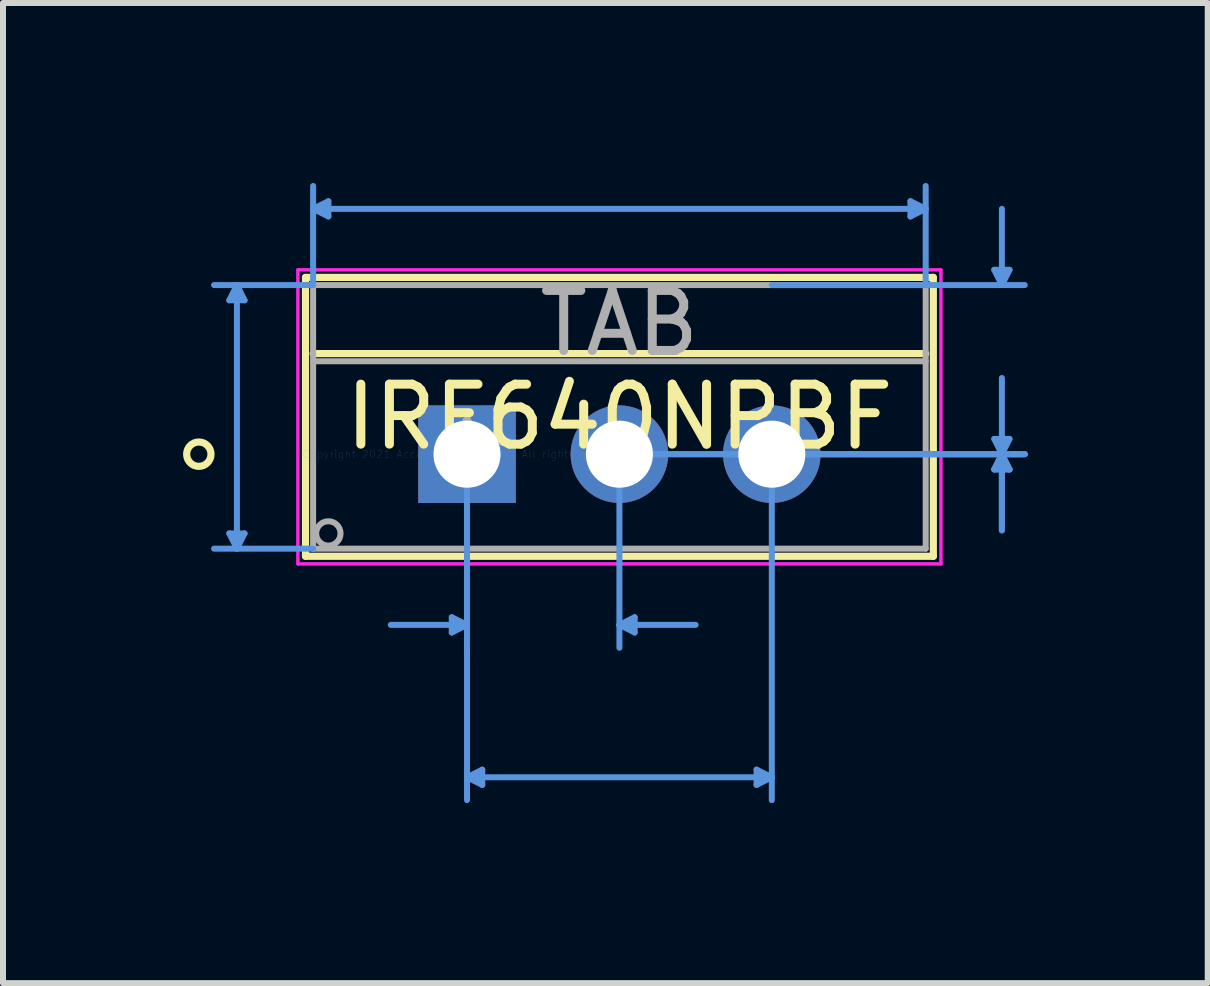
<source format=kicad_pcb>
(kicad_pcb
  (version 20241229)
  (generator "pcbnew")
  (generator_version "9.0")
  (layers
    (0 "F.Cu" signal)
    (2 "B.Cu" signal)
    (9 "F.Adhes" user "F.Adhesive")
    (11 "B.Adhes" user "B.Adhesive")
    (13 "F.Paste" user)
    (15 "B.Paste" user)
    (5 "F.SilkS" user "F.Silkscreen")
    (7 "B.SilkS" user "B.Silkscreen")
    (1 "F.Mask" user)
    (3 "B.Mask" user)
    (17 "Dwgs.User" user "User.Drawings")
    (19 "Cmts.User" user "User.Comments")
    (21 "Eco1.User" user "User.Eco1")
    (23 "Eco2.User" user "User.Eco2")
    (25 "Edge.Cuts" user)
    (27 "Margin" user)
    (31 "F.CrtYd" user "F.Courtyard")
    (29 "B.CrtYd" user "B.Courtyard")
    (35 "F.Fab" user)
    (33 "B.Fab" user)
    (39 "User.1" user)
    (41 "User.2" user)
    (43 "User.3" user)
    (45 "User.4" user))
  (footprint "IRF640NPBF"
    (layer "F.Cu")
    (at 4.734 4.52)
    (property "Reference" "IRF640NPBF" (at 2.54 -0.622 0) (layer "F.SilkS") (effects (font (size 1 1) (thickness 0.15))))
    (attr through_hole)
    (fp_line (start -2.692 -2.946) (end -2.692 1.702) (stroke (width 0.12) (type solid)) (layer "F.SilkS"))
    (fp_line (start -2.692 1.702) (end 7.772 1.702) (stroke (width 0.12) (type solid)) (layer "F.SilkS"))
    (fp_line (start -2.565 -1.676) (end 7.645 -1.676) (stroke (width 0.12) (type solid)) (layer "F.SilkS"))
    (fp_line (start 7.772 -2.946) (end -2.692 -2.946) (stroke (width 0.12) (type solid)) (layer "F.SilkS"))
    (fp_line (start 7.772 1.702) (end 7.772 -2.946) (stroke (width 0.12) (type solid)) (layer "F.SilkS"))
    (fp_circle (center -4.47 0) (end -4.267 0) (stroke (width 0.12) (type solid)) (fill no) (layer "F.SilkS"))
    (fp_line (start -3.962 -2.565) (end -3.708 -2.565) (stroke (width 0.1) (type solid)) (layer "Cmts.User"))
    (fp_line (start -3.962 1.321) (end -3.708 1.321) (stroke (width 0.1) (type solid)) (layer "Cmts.User"))
    (fp_line (start -3.835 -2.819) (end -3.962 -2.565) (stroke (width 0.1) (type solid)) (layer "Cmts.User"))
    (fp_line (start -3.835 -2.819) (end -3.835 1.575) (stroke (width 0.1) (type solid)) (layer "Cmts.User"))
    (fp_line (start -3.835 -2.819) (end -3.708 -2.565) (stroke (width 0.1) (type solid)) (layer "Cmts.User"))
    (fp_line (start -3.835 1.575) (end -3.962 1.321) (stroke (width 0.1) (type solid)) (layer "Cmts.User"))
    (fp_line (start -3.835 1.575) (end -3.708 1.321) (stroke (width 0.1) (type solid)) (layer "Cmts.User"))
    (fp_line (start -2.565 -4.089) (end -2.311 -4.216) (stroke (width 0.1) (type solid)) (layer "Cmts.User"))
    (fp_line (start -2.565 -4.089) (end -2.311 -3.962) (stroke (width 0.1) (type solid)) (layer "Cmts.User"))
    (fp_line (start -2.565 -4.089) (end 7.645 -4.089) (stroke (width 0.1) (type solid)) (layer "Cmts.User"))
    (fp_line (start -2.565 -2.819) (end -4.216 -2.819) (stroke (width 0.1) (type solid)) (layer "Cmts.User"))
    (fp_line (start -2.565 -2.819) (end -2.565 -4.47) (stroke (width 0.1) (type solid)) (layer "Cmts.User"))
    (fp_line (start -2.565 1.575) (end -4.216 1.575) (stroke (width 0.1) (type solid)) (layer "Cmts.User"))
    (fp_line (start -2.311 -4.216) (end -2.311 -3.962) (stroke (width 0.1) (type solid)) (layer "Cmts.User"))
    (fp_line (start -0.254 2.718) (end -0.254 2.972) (stroke (width 0.1) (type solid)) (layer "Cmts.User"))
    (fp_line (start 0 0) (end 0 3.226) (stroke (width 0.1) (type solid)) (layer "Cmts.User"))
    (fp_line (start 0 0) (end 0 5.766) (stroke (width 0.1) (type solid)) (layer "Cmts.User"))
    (fp_line (start 0 2.845) (end -1.27 2.845) (stroke (width 0.1) (type solid)) (layer "Cmts.User"))
    (fp_line (start 0 2.845) (end -0.254 2.718) (stroke (width 0.1) (type solid)) (layer "Cmts.User"))
    (fp_line (start 0 2.845) (end -0.254 2.972) (stroke (width 0.1) (type solid)) (layer "Cmts.User"))
    (fp_line (start 0 5.385) (end 0.254 5.258) (stroke (width 0.1) (type solid)) (layer "Cmts.User"))
    (fp_line (start 0 5.385) (end 0.254 5.512) (stroke (width 0.1) (type solid)) (layer "Cmts.User"))
    (fp_line (start 0 5.385) (end 5.08 5.385) (stroke (width 0.1) (type solid)) (layer "Cmts.User"))
    (fp_line (start 0.254 5.258) (end 0.254 5.512) (stroke (width 0.1) (type solid)) (layer "Cmts.User"))
    (fp_line (start 2.54 0) (end 2.54 3.226) (stroke (width 0.1) (type solid)) (layer "Cmts.User"))
    (fp_line (start 2.54 0) (end 9.296 0) (stroke (width 0.1) (type solid)) (layer "Cmts.User"))
    (fp_line (start 2.54 0) (end 9.296 0) (stroke (width 0.1) (type solid)) (layer "Cmts.User"))
    (fp_line (start 2.54 2.845) (end 2.794 2.718) (stroke (width 0.1) (type solid)) (layer "Cmts.User"))
    (fp_line (start 2.54 2.845) (end 2.794 2.972) (stroke (width 0.1) (type solid)) (layer "Cmts.User"))
    (fp_line (start 2.54 2.845) (end 3.81 2.845) (stroke (width 0.1) (type solid)) (layer "Cmts.User"))
    (fp_line (start 2.794 2.718) (end 2.794 2.972) (stroke (width 0.1) (type solid)) (layer "Cmts.User"))
    (fp_line (start 4.826 5.258) (end 4.826 5.512) (stroke (width 0.1) (type solid)) (layer "Cmts.User"))
    (fp_line (start 5.08 -2.819) (end 9.296 -2.819) (stroke (width 0.1) (type solid)) (layer "Cmts.User"))
    (fp_line (start 5.08 0) (end 5.08 5.766) (stroke (width 0.1) (type solid)) (layer "Cmts.User"))
    (fp_line (start 5.08 0) (end 9.296 0) (stroke (width 0.1) (type solid)) (layer "Cmts.User"))
    (fp_line (start 5.08 5.385) (end 4.826 5.258) (stroke (width 0.1) (type solid)) (layer "Cmts.User"))
    (fp_line (start 5.08 5.385) (end 4.826 5.512) (stroke (width 0.1) (type solid)) (layer "Cmts.User"))
    (fp_line (start 7.391 -4.216) (end 7.391 -3.962) (stroke (width 0.1) (type solid)) (layer "Cmts.User"))
    (fp_line (start 7.645 -4.089) (end 7.391 -4.216) (stroke (width 0.1) (type solid)) (layer "Cmts.User"))
    (fp_line (start 7.645 -4.089) (end 7.391 -3.962) (stroke (width 0.1) (type solid)) (layer "Cmts.User"))
    (fp_line (start 7.645 -2.819) (end 7.645 -4.47) (stroke (width 0.1) (type solid)) (layer "Cmts.User"))
    (fp_line (start 8.788 -3.073) (end 9.042 -3.073) (stroke (width 0.1) (type solid)) (layer "Cmts.User"))
    (fp_line (start 8.788 -0.254) (end 9.042 -0.254) (stroke (width 0.1) (type solid)) (layer "Cmts.User"))
    (fp_line (start 8.788 0.254) (end 9.042 0.254) (stroke (width 0.1) (type solid)) (layer "Cmts.User"))
    (fp_line (start 8.788 0.254) (end 9.042 0.254) (stroke (width 0.1) (type solid)) (layer "Cmts.User"))
    (fp_line (start 8.915 -2.819) (end 8.788 -3.073) (stroke (width 0.1) (type solid)) (layer "Cmts.User"))
    (fp_line (start 8.915 -2.819) (end 8.915 -4.089) (stroke (width 0.1) (type solid)) (layer "Cmts.User"))
    (fp_line (start 8.915 -2.819) (end 9.042 -3.073) (stroke (width 0.1) (type solid)) (layer "Cmts.User"))
    (fp_line (start 8.915 0) (end 8.788 -0.254) (stroke (width 0.1) (type solid)) (layer "Cmts.User"))
    (fp_line (start 8.915 0) (end 8.788 0.254) (stroke (width 0.1) (type solid)) (layer "Cmts.User"))
    (fp_line (start 8.915 0) (end 8.788 0.254) (stroke (width 0.1) (type solid)) (layer "Cmts.User"))
    (fp_line (start 8.915 0) (end 8.915 -1.27) (stroke (width 0.1) (type solid)) (layer "Cmts.User"))
    (fp_line (start 8.915 0) (end 8.915 1.27) (stroke (width 0.1) (type solid)) (layer "Cmts.User"))
    (fp_line (start 8.915 0) (end 8.915 1.27) (stroke (width 0.1) (type solid)) (layer "Cmts.User"))
    (fp_line (start 8.915 0) (end 9.042 -0.254) (stroke (width 0.1) (type solid)) (layer "Cmts.User"))
    (fp_line (start 8.915 0) (end 9.042 0.254) (stroke (width 0.1) (type solid)) (layer "Cmts.User"))
    (fp_line (start 8.915 0) (end 9.042 0.254) (stroke (width 0.1) (type solid)) (layer "Cmts.User"))
    (fp_line (start -2.819 -3.073) (end -2.819 1.829) (stroke (width 0.05) (type solid)) (layer "F.CrtYd"))
    (fp_line (start -2.819 -3.073) (end -2.819 1.829) (stroke (width 0.05) (type solid)) (layer "F.CrtYd"))
    (fp_line (start -2.819 1.829) (end 7.899 1.829) (stroke (width 0.05) (type solid)) (layer "F.CrtYd"))
    (fp_line (start -2.819 1.829) (end 7.899 1.829) (stroke (width 0.05) (type solid)) (layer "F.CrtYd"))
    (fp_line (start 7.899 -3.073) (end -2.819 -3.073) (stroke (width 0.05) (type solid)) (layer "F.CrtYd"))
    (fp_line (start 7.899 -3.073) (end -2.819 -3.073) (stroke (width 0.05) (type solid)) (layer "F.CrtYd"))
    (fp_line (start 7.899 1.829) (end 7.899 -3.073) (stroke (width 0.05) (type solid)) (layer "F.CrtYd"))
    (fp_line (start 7.899 1.829) (end 7.899 -3.073) (stroke (width 0.05) (type solid)) (layer "F.CrtYd"))
    (fp_line (start -2.565 -2.819) (end -2.565 1.575) (stroke (width 0.1) (type solid)) (layer "F.Fab"))
    (fp_line (start -2.565 -1.549) (end 7.645 -1.549) (stroke (width 0.1) (type solid)) (layer "F.Fab"))
    (fp_line (start -2.565 1.575) (end 7.645 1.575) (stroke (width 0.1) (type solid)) (layer "F.Fab"))
    (fp_line (start 7.645 -2.819) (end -2.565 -2.819) (stroke (width 0.1) (type solid)) (layer "F.Fab"))
    (fp_line (start 7.645 1.575) (end 7.645 -2.819) (stroke (width 0.1) (type solid)) (layer "F.Fab"))
    (fp_circle (center -2.311 1.321) (end -2.108 1.321) (stroke (width 0.1) (type solid)) (fill no) (layer "F.Fab"))
    (fp_text user "*" (at 0 0 0) (layer "F.SilkS") (effects (font (size 1 1) (thickness 0.15))))
    (fp_text user "Copyright 2021 Accelerated Designs. All rights reserved." (at 0 0 0) (layer "Cmts.User") (effects (font (size 0.127 0.127) (thickness 0.002))))
    (fp_text user "*" (at 0 0 0) (layer "F.Fab") (effects (font (size 1 1) (thickness 0.15))))
    (fp_text user "TAB" (at 2.54 -2.184 0) (layer "F.Fab") (effects (font (size 1 1) (thickness 0.15))))
    (pad "1" thru_hole rect (at 0 0) (size 1.626 1.626) (drill 1.118) (layers "*.Cu" "*.Mask"))
    (pad "2" thru_hole circle (at 2.54 0) (size 1.626 1.626) (drill 1.118) (layers "*.Cu" "*.Mask"))
    (pad "3" thru_hole circle (at 5.08 0) (size 1.626 1.626) (drill 1.118) (layers "*.Cu" "*.Mask")))
  (gr_rect
    (start -3 -3)
    (end 17.08 13.336)
    (stroke (width 0.1) (type default))
    (fill no)
    (layer "Edge.Cuts")))
</source>
